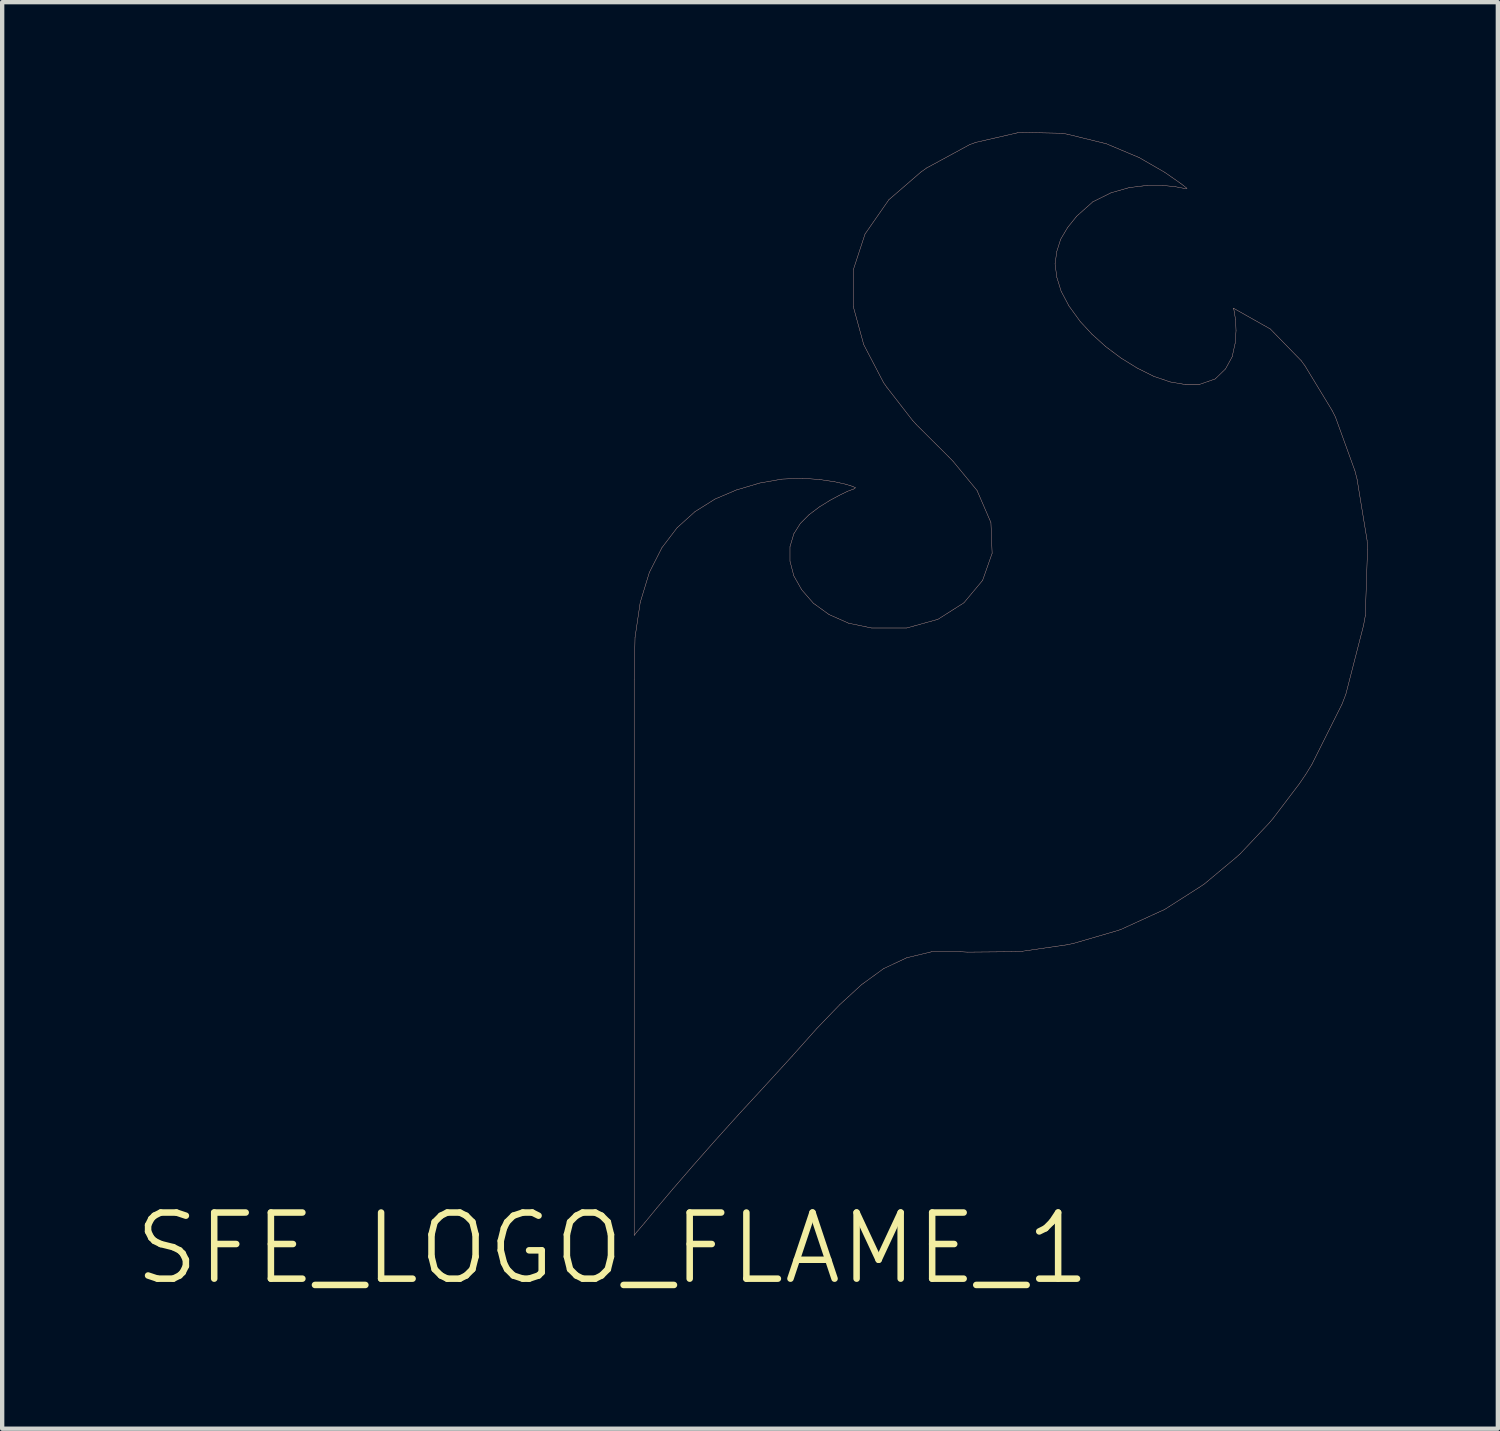
<source format=kicad_pcb>
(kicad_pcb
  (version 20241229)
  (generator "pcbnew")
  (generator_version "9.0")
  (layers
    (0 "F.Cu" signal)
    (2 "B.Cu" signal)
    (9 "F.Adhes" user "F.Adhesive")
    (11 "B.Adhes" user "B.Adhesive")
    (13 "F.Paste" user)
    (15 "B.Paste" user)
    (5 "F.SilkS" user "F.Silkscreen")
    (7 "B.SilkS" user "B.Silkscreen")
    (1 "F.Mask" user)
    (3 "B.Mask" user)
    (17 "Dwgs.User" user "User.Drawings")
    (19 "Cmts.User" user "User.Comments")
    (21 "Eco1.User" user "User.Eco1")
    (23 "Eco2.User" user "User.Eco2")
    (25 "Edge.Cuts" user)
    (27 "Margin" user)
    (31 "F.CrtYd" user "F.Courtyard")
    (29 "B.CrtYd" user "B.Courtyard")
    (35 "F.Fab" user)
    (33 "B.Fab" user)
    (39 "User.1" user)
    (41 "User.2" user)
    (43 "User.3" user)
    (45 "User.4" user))
  (footprint "SFE_LOGO_FLAME_1"
    (layer "F.Cu")
    (at 11.067 25.721)
    (property "Reference" "SFE_LOGO_FLAME_1" (at 0 0 0) (layer "F.SilkS") (effects (font (size 1.524 1.524) (thickness 0.15))))
    (attr exclude_from_pos_files exclude_from_bom)
    (fp_line (start 0.498 -13.109) (end 0.498 -0.3) (stroke (width 0.008) (type solid)) (layer "B.SilkS"))
    (fp_line (start 0.498 -0.3) (end 0.559 -0.378) (stroke (width 0.008) (type solid)) (layer "B.SilkS"))
    (fp_line (start 0.518 -14.079) (end 0.498 -13.109) (stroke (width 0.008) (type solid)) (layer "B.SilkS"))
    (fp_line (start 0.559 -0.378) (end 0.739 -0.589) (stroke (width 0.008) (type solid)) (layer "B.SilkS"))
    (fp_line (start 0.638 -14.889) (end 0.518 -14.079) (stroke (width 0.008) (type solid)) (layer "B.SilkS"))
    (fp_line (start 0.739 -0.589) (end 1.019 -0.93) (stroke (width 0.008) (type solid)) (layer "B.SilkS"))
    (fp_line (start 0.848 -15.578) (end 0.638 -14.889) (stroke (width 0.008) (type solid)) (layer "B.SilkS"))
    (fp_line (start 1.019 -0.93) (end 1.389 -1.369) (stroke (width 0.008) (type solid)) (layer "B.SilkS"))
    (fp_line (start 1.138 -16.149) (end 0.848 -15.578) (stroke (width 0.008) (type solid)) (layer "B.SilkS"))
    (fp_line (start 1.389 -1.369) (end 1.839 -1.89) (stroke (width 0.008) (type solid)) (layer "B.SilkS"))
    (fp_line (start 1.488 -16.609) (end 1.138 -16.149) (stroke (width 0.008) (type solid)) (layer "B.SilkS"))
    (fp_line (start 1.839 -1.89) (end 2.349 -2.469) (stroke (width 0.008) (type solid)) (layer "B.SilkS"))
    (fp_line (start 1.9 -16.98) (end 1.488 -16.609) (stroke (width 0.008) (type solid)) (layer "B.SilkS"))
    (fp_line (start 2.349 -2.469) (end 2.908 -3.089) (stroke (width 0.008) (type solid)) (layer "B.SilkS"))
    (fp_line (start 2.36 -17.269) (end 1.9 -16.98) (stroke (width 0.008) (type solid)) (layer "B.SilkS"))
    (fp_line (start 2.85 -17.478) (end 2.36 -17.269) (stroke (width 0.008) (type solid)) (layer "B.SilkS"))
    (fp_line (start 2.908 -3.089) (end 3.498 -3.729) (stroke (width 0.008) (type solid)) (layer "B.SilkS"))
    (fp_line (start 3.388 -17.638) (end 2.85 -17.478) (stroke (width 0.008) (type solid)) (layer "B.SilkS"))
    (fp_line (start 3.498 -3.729) (end 4.138 -4.43) (stroke (width 0.008) (type solid)) (layer "B.SilkS"))
    (fp_line (start 3.899 -17.729) (end 3.388 -17.638) (stroke (width 0.008) (type solid)) (layer "B.SilkS"))
    (fp_line (start 4.089 -16.17) (end 4.178 -16.469) (stroke (width 0.008) (type solid)) (layer "B.SilkS"))
    (fp_line (start 4.089 -15.839) (end 4.089 -16.17) (stroke (width 0.008) (type solid)) (layer "B.SilkS"))
    (fp_line (start 4.138 -4.43) (end 4.709 -5.07) (stroke (width 0.008) (type solid)) (layer "B.SilkS"))
    (fp_line (start 4.178 -16.469) (end 4.328 -16.708) (stroke (width 0.008) (type solid)) (layer "B.SilkS"))
    (fp_line (start 4.178 -15.499) (end 4.089 -15.839) (stroke (width 0.008) (type solid)) (layer "B.SilkS"))
    (fp_line (start 4.328 -16.708) (end 4.529 -16.909) (stroke (width 0.008) (type solid)) (layer "B.SilkS"))
    (fp_line (start 4.359 -15.179) (end 4.178 -15.499) (stroke (width 0.008) (type solid)) (layer "B.SilkS"))
    (fp_line (start 4.369 -17.75) (end 3.899 -17.729) (stroke (width 0.008) (type solid)) (layer "B.SilkS"))
    (fp_line (start 4.529 -16.909) (end 4.768 -17.089) (stroke (width 0.008) (type solid)) (layer "B.SilkS"))
    (fp_line (start 4.628 -14.869) (end 4.359 -15.179) (stroke (width 0.008) (type solid)) (layer "B.SilkS"))
    (fp_line (start 4.709 -5.07) (end 5.237 -5.618) (stroke (width 0.008) (type solid)) (layer "B.SilkS"))
    (fp_line (start 4.768 -17.089) (end 5.009 -17.239) (stroke (width 0.008) (type solid)) (layer "B.SilkS"))
    (fp_line (start 4.778 -17.719) (end 4.369 -17.75) (stroke (width 0.008) (type solid)) (layer "B.SilkS"))
    (fp_line (start 4.989 -14.608) (end 4.628 -14.869) (stroke (width 0.008) (type solid)) (layer "B.SilkS"))
    (fp_line (start 5.009 -17.239) (end 5.23 -17.358) (stroke (width 0.008) (type solid)) (layer "B.SilkS"))
    (fp_line (start 5.118 -17.668) (end 4.778 -17.719) (stroke (width 0.008) (type solid)) (layer "B.SilkS"))
    (fp_line (start 5.23 -17.358) (end 5.418 -17.45) (stroke (width 0.008) (type solid)) (layer "B.SilkS"))
    (fp_line (start 5.237 -5.618) (end 5.738 -6.078) (stroke (width 0.008) (type solid)) (layer "B.SilkS"))
    (fp_line (start 5.38 -17.61) (end 5.118 -17.668) (stroke (width 0.008) (type solid)) (layer "B.SilkS"))
    (fp_line (start 5.418 -17.45) (end 5.55 -17.498) (stroke (width 0.008) (type solid)) (layer "B.SilkS"))
    (fp_line (start 5.438 -14.409) (end 4.989 -14.608) (stroke (width 0.008) (type solid)) (layer "B.SilkS"))
    (fp_line (start 5.54 -17.559) (end 5.38 -17.61) (stroke (width 0.008) (type solid)) (layer "B.SilkS"))
    (fp_line (start 5.55 -22.558) (end 5.55 -21.699) (stroke (width 0.008) (type solid)) (layer "B.SilkS"))
    (fp_line (start 5.55 -21.699) (end 5.789 -20.828) (stroke (width 0.008) (type solid)) (layer "B.SilkS"))
    (fp_line (start 5.55 -17.498) (end 5.598 -17.529) (stroke (width 0.008) (type solid)) (layer "B.SilkS"))
    (fp_line (start 5.598 -17.529) (end 5.54 -17.559) (stroke (width 0.008) (type solid)) (layer "B.SilkS"))
    (fp_line (start 5.738 -6.078) (end 6.248 -6.449) (stroke (width 0.008) (type solid)) (layer "B.SilkS"))
    (fp_line (start 5.789 -20.828) (end 6.248 -19.949) (stroke (width 0.008) (type solid)) (layer "B.SilkS"))
    (fp_line (start 5.819 -23.378) (end 5.55 -22.558) (stroke (width 0.008) (type solid)) (layer "B.SilkS"))
    (fp_line (start 5.969 -14.298) (end 5.438 -14.409) (stroke (width 0.008) (type solid)) (layer "B.SilkS"))
    (fp_line (start 6.248 -19.949) (end 6.32 -19.848) (stroke (width 0.008) (type solid)) (layer "B.SilkS"))
    (fp_line (start 6.248 -6.449) (end 6.779 -6.698) (stroke (width 0.008) (type solid)) (layer "B.SilkS"))
    (fp_line (start 6.32 -19.848) (end 6.909 -19.088) (stroke (width 0.008) (type solid)) (layer "B.SilkS"))
    (fp_line (start 6.368 -24.168) (end 5.819 -23.378) (stroke (width 0.008) (type solid)) (layer "B.SilkS"))
    (fp_line (start 6.779 -14.298) (end 5.969 -14.298) (stroke (width 0.008) (type solid)) (layer "B.SilkS"))
    (fp_line (start 6.779 -6.698) (end 7.358 -6.838) (stroke (width 0.008) (type solid)) (layer "B.SilkS"))
    (fp_line (start 6.909 -19.088) (end 7.008 -18.979) (stroke (width 0.008) (type solid)) (layer "B.SilkS"))
    (fp_line (start 7.008 -18.979) (end 7.75 -18.24) (stroke (width 0.008) (type solid)) (layer "B.SilkS"))
    (fp_line (start 7.109 -24.808) (end 6.368 -24.168) (stroke (width 0.008) (type solid)) (layer "B.SilkS"))
    (fp_line (start 7.239 -24.9) (end 7.109 -24.808) (stroke (width 0.008) (type solid)) (layer "B.SilkS"))
    (fp_line (start 7.358 -6.838) (end 8.009 -6.838) (stroke (width 0.008) (type solid)) (layer "B.SilkS"))
    (fp_line (start 7.498 -14.498) (end 6.779 -14.298) (stroke (width 0.008) (type solid)) (layer "B.SilkS"))
    (fp_line (start 7.75 -18.24) (end 7.849 -18.138) (stroke (width 0.008) (type solid)) (layer "B.SilkS"))
    (fp_line (start 7.849 -18.138) (end 8.4 -17.468) (stroke (width 0.008) (type solid)) (layer "B.SilkS"))
    (fp_line (start 8.009 -6.838) (end 8.179 -6.828) (stroke (width 0.008) (type solid)) (layer "B.SilkS"))
    (fp_line (start 8.098 -14.879) (end 7.498 -14.498) (stroke (width 0.008) (type solid)) (layer "B.SilkS"))
    (fp_line (start 8.179 -6.828) (end 9.289 -6.838) (stroke (width 0.008) (type solid)) (layer "B.SilkS"))
    (fp_line (start 8.23 -25.438) (end 7.239 -24.9) (stroke (width 0.008) (type solid)) (layer "B.SilkS"))
    (fp_line (start 8.369 -25.489) (end 8.23 -25.438) (stroke (width 0.008) (type solid)) (layer "B.SilkS"))
    (fp_line (start 8.4 -17.468) (end 8.72 -16.728) (stroke (width 0.008) (type solid)) (layer "B.SilkS"))
    (fp_line (start 8.529 -15.397) (end 8.098 -14.879) (stroke (width 0.008) (type solid)) (layer "B.SilkS"))
    (fp_line (start 8.72 -16.728) (end 8.748 -16.02) (stroke (width 0.008) (type solid)) (layer "B.SilkS"))
    (fp_line (start 8.748 -16.02) (end 8.529 -15.397) (stroke (width 0.008) (type solid)) (layer "B.SilkS"))
    (fp_line (start 9.289 -6.838) (end 9.439 -6.848) (stroke (width 0.008) (type solid)) (layer "B.SilkS"))
    (fp_line (start 9.329 -25.71) (end 8.369 -25.489) (stroke (width 0.008) (type solid)) (layer "B.SilkS"))
    (fp_line (start 9.439 -6.848) (end 10.477 -6.998) (stroke (width 0.008) (type solid)) (layer "B.SilkS"))
    (fp_line (start 9.459 -25.718) (end 9.329 -25.71) (stroke (width 0.008) (type solid)) (layer "B.SilkS"))
    (fp_line (start 10.198 -22.69) (end 10.239 -22.979) (stroke (width 0.008) (type solid)) (layer "B.SilkS"))
    (fp_line (start 10.239 -22.979) (end 10.328 -23.259) (stroke (width 0.008) (type solid)) (layer "B.SilkS"))
    (fp_line (start 10.239 -22.38) (end 10.198 -22.69) (stroke (width 0.008) (type solid)) (layer "B.SilkS"))
    (fp_line (start 10.328 -23.259) (end 10.488 -23.528) (stroke (width 0.008) (type solid)) (layer "B.SilkS"))
    (fp_line (start 10.338 -22.06) (end 10.239 -22.38) (stroke (width 0.008) (type solid)) (layer "B.SilkS"))
    (fp_line (start 10.358 -25.7) (end 9.459 -25.718) (stroke (width 0.008) (type solid)) (layer "B.SilkS"))
    (fp_line (start 10.477 -25.679) (end 10.358 -25.7) (stroke (width 0.008) (type solid)) (layer "B.SilkS"))
    (fp_line (start 10.477 -6.998) (end 10.62 -7.028) (stroke (width 0.008) (type solid)) (layer "B.SilkS"))
    (fp_line (start 10.488 -23.528) (end 10.698 -23.79) (stroke (width 0.008) (type solid)) (layer "B.SilkS"))
    (fp_line (start 10.518 -21.72) (end 10.338 -22.06) (stroke (width 0.008) (type solid)) (layer "B.SilkS"))
    (fp_line (start 10.62 -7.028) (end 11.58 -7.308) (stroke (width 0.008) (type solid)) (layer "B.SilkS"))
    (fp_line (start 10.698 -23.79) (end 11.069 -24.12) (stroke (width 0.008) (type solid)) (layer "B.SilkS"))
    (fp_line (start 10.78 -21.359) (end 10.518 -21.72) (stroke (width 0.008) (type solid)) (layer "B.SilkS"))
    (fp_line (start 11.049 -21.069) (end 10.78 -21.359) (stroke (width 0.008) (type solid)) (layer "B.SilkS"))
    (fp_line (start 11.069 -24.12) (end 11.488 -24.328) (stroke (width 0.008) (type solid)) (layer "B.SilkS"))
    (fp_line (start 11.369 -20.78) (end 11.049 -21.069) (stroke (width 0.008) (type solid)) (layer "B.SilkS"))
    (fp_line (start 11.379 -25.458) (end 10.477 -25.679) (stroke (width 0.008) (type solid)) (layer "B.SilkS"))
    (fp_line (start 11.488 -24.328) (end 11.908 -24.448) (stroke (width 0.008) (type solid)) (layer "B.SilkS"))
    (fp_line (start 11.58 -7.308) (end 11.709 -7.348) (stroke (width 0.008) (type solid)) (layer "B.SilkS"))
    (fp_line (start 11.709 -7.348) (end 12.588 -7.75) (stroke (width 0.008) (type solid)) (layer "B.SilkS"))
    (fp_line (start 11.72 -20.518) (end 11.369 -20.78) (stroke (width 0.008) (type solid)) (layer "B.SilkS"))
    (fp_line (start 11.908 -24.448) (end 12.319 -24.498) (stroke (width 0.008) (type solid)) (layer "B.SilkS"))
    (fp_line (start 12.088 -20.29) (end 11.72 -20.518) (stroke (width 0.008) (type solid)) (layer "B.SilkS"))
    (fp_line (start 12.139 -25.138) (end 11.379 -25.458) (stroke (width 0.008) (type solid)) (layer "B.SilkS"))
    (fp_line (start 12.319 -24.498) (end 12.68 -24.498) (stroke (width 0.008) (type solid)) (layer "B.SilkS"))
    (fp_line (start 12.469 -20.099) (end 12.088 -20.29) (stroke (width 0.008) (type solid)) (layer "B.SilkS"))
    (fp_line (start 12.588 -7.75) (end 12.718 -7.808) (stroke (width 0.008) (type solid)) (layer "B.SilkS"))
    (fp_line (start 12.68 -24.498) (end 12.969 -24.468) (stroke (width 0.008) (type solid)) (layer "B.SilkS"))
    (fp_line (start 12.718 -7.808) (end 13.518 -8.319) (stroke (width 0.008) (type solid)) (layer "B.SilkS"))
    (fp_line (start 12.728 -24.798) (end 12.139 -25.138) (stroke (width 0.008) (type solid)) (layer "B.SilkS"))
    (fp_line (start 12.85 -19.969) (end 12.469 -20.099) (stroke (width 0.008) (type solid)) (layer "B.SilkS"))
    (fp_line (start 12.969 -24.468) (end 13.17 -24.43) (stroke (width 0.008) (type solid)) (layer "B.SilkS"))
    (fp_line (start 13.099 -24.539) (end 12.728 -24.798) (stroke (width 0.008) (type solid)) (layer "B.SilkS"))
    (fp_line (start 13.17 -24.43) (end 13.238 -24.43) (stroke (width 0.008) (type solid)) (layer "B.SilkS"))
    (fp_line (start 13.198 -19.909) (end 12.85 -19.969) (stroke (width 0.008) (type solid)) (layer "B.SilkS"))
    (fp_line (start 13.238 -24.43) (end 13.099 -24.539) (stroke (width 0.008) (type solid)) (layer "B.SilkS"))
    (fp_line (start 13.518 -19.909) (end 13.198 -19.909) (stroke (width 0.008) (type solid)) (layer "B.SilkS"))
    (fp_line (start 13.518 -8.319) (end 13.64 -8.4) (stroke (width 0.008) (type solid)) (layer "B.SilkS"))
    (fp_line (start 13.64 -8.4) (end 14.369 -9.009) (stroke (width 0.008) (type solid)) (layer "B.SilkS"))
    (fp_line (start 13.889 -20.038) (end 13.518 -19.909) (stroke (width 0.008) (type solid)) (layer "B.SilkS"))
    (fp_line (start 14.127 -20.269) (end 13.889 -20.038) (stroke (width 0.008) (type solid)) (layer "B.SilkS"))
    (fp_line (start 14.28 -20.549) (end 14.127 -20.269) (stroke (width 0.008) (type solid)) (layer "B.SilkS"))
    (fp_line (start 14.308 -21.669) (end 14.318 -21.648) (stroke (width 0.008) (type solid)) (layer "B.SilkS"))
    (fp_line (start 14.318 -21.648) (end 14.328 -21.58) (stroke (width 0.008) (type solid)) (layer "B.SilkS"))
    (fp_line (start 14.328 -21.58) (end 14.359 -21.399) (stroke (width 0.008) (type solid)) (layer "B.SilkS"))
    (fp_line (start 14.348 -20.858) (end 14.28 -20.549) (stroke (width 0.008) (type solid)) (layer "B.SilkS"))
    (fp_line (start 14.359 -21.399) (end 14.369 -21.148) (stroke (width 0.008) (type solid)) (layer "B.SilkS"))
    (fp_line (start 14.369 -21.148) (end 14.348 -20.858) (stroke (width 0.008) (type solid)) (layer "B.SilkS"))
    (fp_line (start 14.369 -9.009) (end 14.468 -9.098) (stroke (width 0.008) (type solid)) (layer "B.SilkS"))
    (fp_line (start 14.468 -9.098) (end 15.138 -9.809) (stroke (width 0.008) (type solid)) (layer "B.SilkS"))
    (fp_line (start 15.138 -9.809) (end 15.23 -9.919) (stroke (width 0.008) (type solid)) (layer "B.SilkS"))
    (fp_line (start 15.159 -21.189) (end 14.308 -21.669) (stroke (width 0.008) (type solid)) (layer "B.SilkS"))
    (fp_line (start 15.23 -9.919) (end 15.829 -10.709) (stroke (width 0.008) (type solid)) (layer "B.SilkS"))
    (fp_line (start 15.829 -10.709) (end 15.979 -10.93) (stroke (width 0.008) (type solid)) (layer "B.SilkS"))
    (fp_line (start 15.87 -20.46) (end 15.159 -21.189) (stroke (width 0.008) (type solid)) (layer "B.SilkS"))
    (fp_line (start 15.959 -20.338) (end 15.87 -20.46) (stroke (width 0.008) (type solid)) (layer "B.SilkS"))
    (fp_line (start 15.979 -10.93) (end 16.119 -11.158) (stroke (width 0.008) (type solid)) (layer "B.SilkS"))
    (fp_line (start 16.119 -11.158) (end 16.81 -12.54) (stroke (width 0.008) (type solid)) (layer "B.SilkS"))
    (fp_line (start 16.579 -19.319) (end 15.959 -20.338) (stroke (width 0.008) (type solid)) (layer "B.SilkS"))
    (fp_line (start 16.66 -19.159) (end 16.579 -19.319) (stroke (width 0.008) (type solid)) (layer "B.SilkS"))
    (fp_line (start 16.81 -12.54) (end 16.899 -12.769) (stroke (width 0.008) (type solid)) (layer "B.SilkS"))
    (fp_line (start 16.899 -12.769) (end 17.308 -14.359) (stroke (width 0.008) (type solid)) (layer "B.SilkS"))
    (fp_line (start 17.109 -17.92) (end 16.66 -19.159) (stroke (width 0.008) (type solid)) (layer "B.SilkS"))
    (fp_line (start 17.158 -17.729) (end 17.109 -17.92) (stroke (width 0.008) (type solid)) (layer "B.SilkS"))
    (fp_line (start 17.308 -14.359) (end 17.348 -14.58) (stroke (width 0.008) (type solid)) (layer "B.SilkS"))
    (fp_line (start 17.348 -14.58) (end 17.399 -16.109) (stroke (width 0.008) (type solid)) (layer "B.SilkS"))
    (fp_line (start 17.389 -16.32) (end 17.158 -17.729) (stroke (width 0.008) (type solid)) (layer "B.SilkS"))
    (fp_line (start 17.399 -16.109) (end 17.389 -16.32) (stroke (width 0.008) (type solid)) (layer "B.SilkS")))
  (gr_rect
    (start -3 -3)
    (end 31.47 29.876)
    (stroke (width 0.1) (type default))
    (fill no)
    (layer "Edge.Cuts")))
</source>
